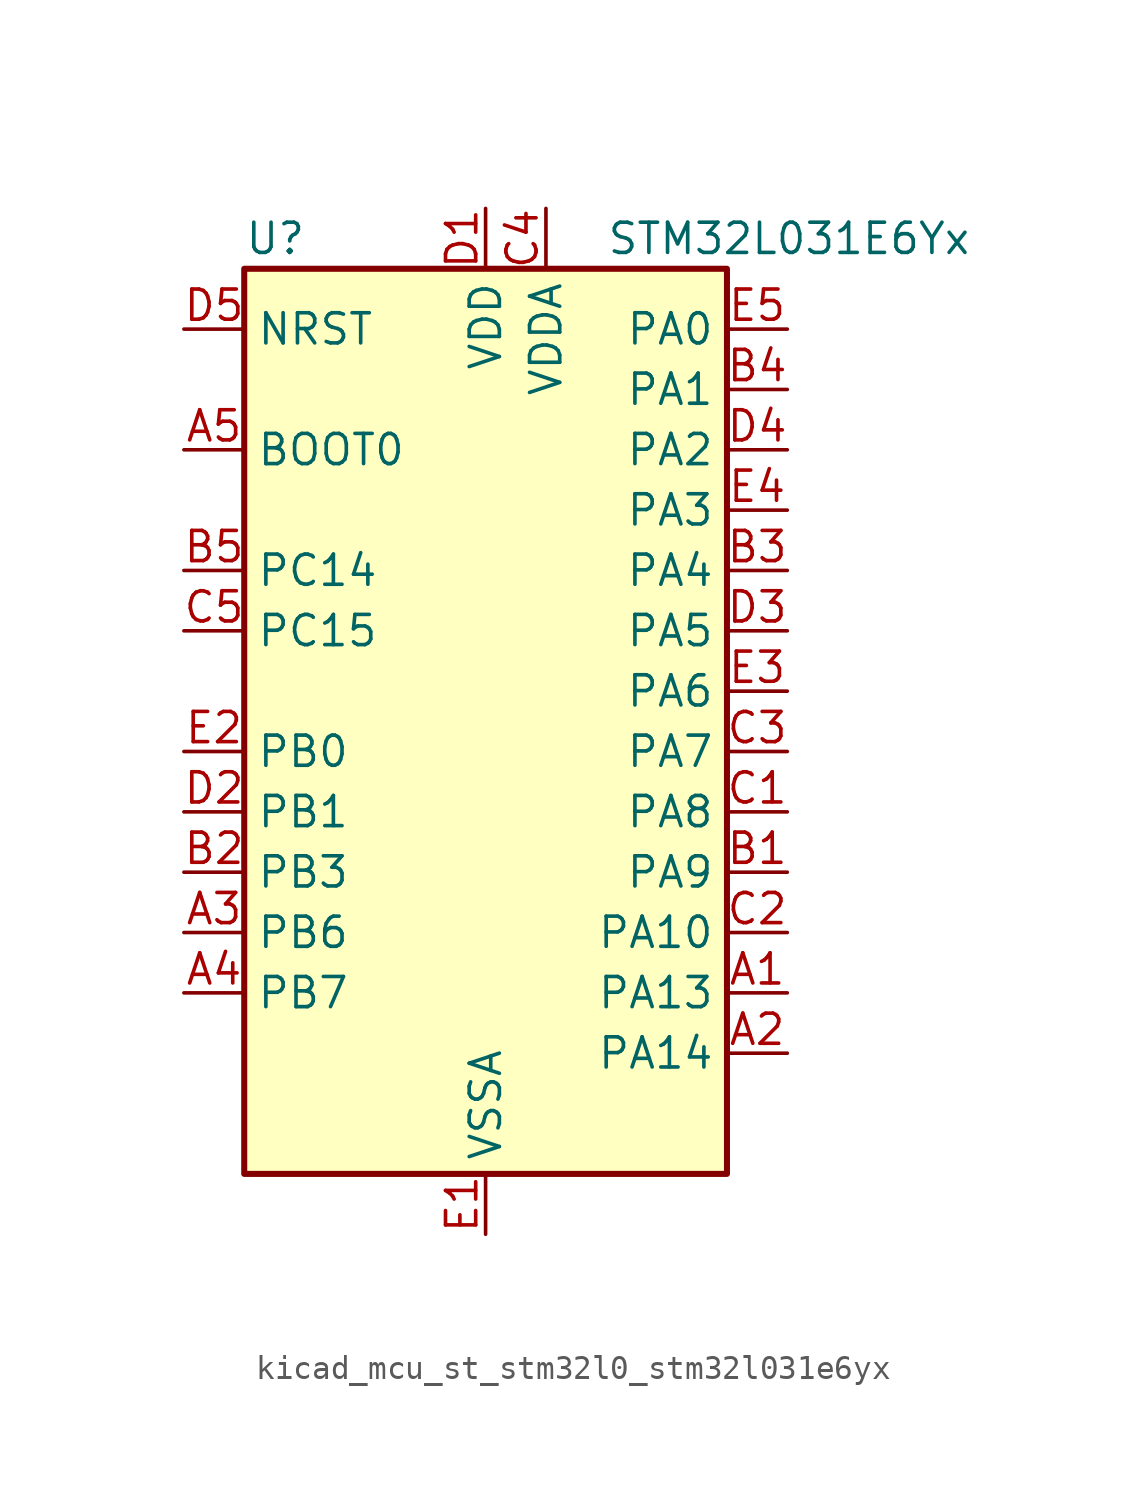
<source format=kicad_sym>
(kicad_symbol_lib
  (version 20220914)
  (generator kicad_symbol_editor)
  (symbol "kicad_mcu_st_stm32l0_stm32l031e6yx"
    (property "Reference" "U"
      (at -10.16 21.59 0)
      (effects (font (size 1.27 1.27)) (justify left)))
    (property "Value" "STM32L031E6Yx"
      (at 5.08 21.59 0)
      (effects (font (size 1.27 1.27)) (justify left)))
    (property "ki_locked" ""
      (at 0 0 0)
      (effects (font (size 1.27 1.27))))
    (symbol "kicad_mcu_st_stm32l0_stm32l031e6yx_0_1"
      (rectangle (start -10.16 -17.78) (end 10.16 20.32) (stroke (width 0.254) (type default)) (fill (type background))))
    (symbol "kicad_mcu_st_stm32l0_stm32l031e6yx_1_1"
      (pin bidirectional line (at 12.7 -10.16 180) (length 2.54) (name "PA13" (effects (font (size 1.27 1.27)))) (number "A1" (effects (font (size 1.27 1.27)))) (alternate "LPTIM1_ETR" bidirectional line) (alternate "LPUART1_RX" bidirectional line) (alternate "SYS_SWDIO" bidirectional line))
      (pin bidirectional line (at 12.7 -12.7 180) (length 2.54) (name "PA14" (effects (font (size 1.27 1.27)))) (number "A2" (effects (font (size 1.27 1.27)))) (alternate "I2C1_SMBA" bidirectional line) (alternate "LPTIM1_OUT" bidirectional line) (alternate "LPUART1_TX" bidirectional line) (alternate "SYS_SWCLK" bidirectional line) (alternate "USART2_TX" bidirectional line))
      (pin bidirectional line (at -12.7 -7.62 0) (length 2.54) (name "PB6" (effects (font (size 1.27 1.27)))) (number "A3" (effects (font (size 1.27 1.27)))) (alternate "COMP2_INP" bidirectional line) (alternate "I2C1_SCL" bidirectional line) (alternate "LPTIM1_ETR" bidirectional line) (alternate "TIM21_CH1" bidirectional line) (alternate "USART2_TX" bidirectional line))
      (pin bidirectional line (at -12.7 -10.16 0) (length 2.54) (name "PB7" (effects (font (size 1.27 1.27)))) (number "A4" (effects (font (size 1.27 1.27)))) (alternate "COMP2_INP" bidirectional line) (alternate "I2C1_SDA" bidirectional line) (alternate "LPTIM1_IN2" bidirectional line) (alternate "SYS_PVD_IN" bidirectional line) (alternate "USART2_RX" bidirectional line))
      (pin input line (at -12.7 12.7 0) (length 2.54) (name "BOOT0" (effects (font (size 1.27 1.27)))) (number "A5" (effects (font (size 1.27 1.27)))))
      (pin bidirectional line (at 12.7 -5.08 180) (length 2.54) (name "PA9" (effects (font (size 1.27 1.27)))) (number "B1" (effects (font (size 1.27 1.27)))) (alternate "I2C1_SCL" bidirectional line) (alternate "RCC_MCO" bidirectional line) (alternate "TIM22_CH1" bidirectional line) (alternate "USART2_TX" bidirectional line))
      (pin bidirectional line (at -12.7 -5.08 0) (length 2.54) (name "PB3" (effects (font (size 1.27 1.27)))) (number "B2" (effects (font (size 1.27 1.27)))) (alternate "COMP2_INM" bidirectional line) (alternate "SPI1_SCK" bidirectional line) (alternate "TIM2_CH2" bidirectional line))
      (pin bidirectional line (at 12.7 7.62 180) (length 2.54) (name "PA4" (effects (font (size 1.27 1.27)))) (number "B3" (effects (font (size 1.27 1.27)))) (alternate "ADC_IN4" bidirectional line) (alternate "COMP1_INM" bidirectional line) (alternate "COMP2_INM" bidirectional line) (alternate "LPTIM1_IN1" bidirectional line) (alternate "SPI1_NSS" bidirectional line) (alternate "TIM22_ETR" bidirectional line) (alternate "USART2_CK" bidirectional line))
      (pin bidirectional line (at 12.7 15.24 180) (length 2.54) (name "PA1" (effects (font (size 1.27 1.27)))) (number "B4" (effects (font (size 1.27 1.27)))) (alternate "ADC_IN1" bidirectional line) (alternate "COMP1_INP" bidirectional line) (alternate "I2C1_SMBA" bidirectional line) (alternate "LPTIM1_IN2" bidirectional line) (alternate "TIM21_ETR" bidirectional line) (alternate "TIM2_CH2" bidirectional line) (alternate "USART2_DE" bidirectional line) (alternate "USART2_RTS" bidirectional line))
      (pin bidirectional line (at -12.7 7.62 0) (length 2.54) (name "PC14" (effects (font (size 1.27 1.27)))) (number "B5" (effects (font (size 1.27 1.27)))) (alternate "RCC_OSC32_IN" bidirectional line))
      (pin bidirectional line (at 12.7 -2.54 180) (length 2.54) (name "PA8" (effects (font (size 1.27 1.27)))) (number "C1" (effects (font (size 1.27 1.27)))) (alternate "LPTIM1_IN1" bidirectional line) (alternate "RCC_MCO" bidirectional line) (alternate "TIM2_CH1" bidirectional line) (alternate "USART2_CK" bidirectional line))
      (pin bidirectional line (at 12.7 -7.62 180) (length 2.54) (name "PA10" (effects (font (size 1.27 1.27)))) (number "C2" (effects (font (size 1.27 1.27)))) (alternate "I2C1_SDA" bidirectional line) (alternate "TIM22_CH2" bidirectional line) (alternate "USART2_RX" bidirectional line))
      (pin bidirectional line (at 12.7 0 180) (length 2.54) (name "PA7" (effects (font (size 1.27 1.27)))) (number "C3" (effects (font (size 1.27 1.27)))) (alternate "ADC_IN7" bidirectional line) (alternate "COMP2_OUT" bidirectional line) (alternate "LPTIM1_OUT" bidirectional line) (alternate "SPI1_MOSI" bidirectional line) (alternate "TIM22_CH2" bidirectional line) (alternate "USART2_CTS" bidirectional line))
      (pin power_in line (at 2.54 22.86 270) (length 2.54) (name "VDDA" (effects (font (size 1.27 1.27)))) (number "C4" (effects (font (size 1.27 1.27)))))
      (pin bidirectional line (at -12.7 5.08 0) (length 2.54) (name "PC15" (effects (font (size 1.27 1.27)))) (number "C5" (effects (font (size 1.27 1.27)))) (alternate "RCC_OSC32_OUT" bidirectional line))
      (pin power_in line (at 0 22.86 270) (length 2.54) (name "VDD" (effects (font (size 1.27 1.27)))) (number "D1" (effects (font (size 1.27 1.27)))))
      (pin bidirectional line (at -12.7 -2.54 0) (length 2.54) (name "PB1" (effects (font (size 1.27 1.27)))) (number "D2" (effects (font (size 1.27 1.27)))) (alternate "ADC_IN9" bidirectional line) (alternate "LPUART1_DE" bidirectional line) (alternate "LPUART1_RTS" bidirectional line) (alternate "SPI1_MOSI" bidirectional line) (alternate "SYS_VREF_OUT_PB1" bidirectional line) (alternate "TIM2_CH4" bidirectional line) (alternate "USART2_CK" bidirectional line))
      (pin bidirectional line (at 12.7 5.08 180) (length 2.54) (name "PA5" (effects (font (size 1.27 1.27)))) (number "D3" (effects (font (size 1.27 1.27)))) (alternate "ADC_IN5" bidirectional line) (alternate "COMP1_INM" bidirectional line) (alternate "COMP2_INM" bidirectional line) (alternate "LPTIM1_IN2" bidirectional line) (alternate "SPI1_SCK" bidirectional line) (alternate "TIM2_CH1" bidirectional line) (alternate "TIM2_ETR" bidirectional line))
      (pin bidirectional line (at 12.7 12.7 180) (length 2.54) (name "PA2" (effects (font (size 1.27 1.27)))) (number "D4" (effects (font (size 1.27 1.27)))) (alternate "ADC_IN2" bidirectional line) (alternate "COMP2_INM" bidirectional line) (alternate "COMP2_OUT" bidirectional line) (alternate "LPUART1_TX" bidirectional line) (alternate "RTC_OUT_ALARM" bidirectional line) (alternate "RTC_OUT_CALIB" bidirectional line) (alternate "RTC_TAMP3" bidirectional line) (alternate "RTC_TS" bidirectional line) (alternate "SYS_WKUP3" bidirectional line) (alternate "TIM21_CH1" bidirectional line) (alternate "TIM2_CH3" bidirectional line) (alternate "USART2_TX" bidirectional line))
      (pin input line (at -12.7 17.78 0) (length 2.54) (name "NRST" (effects (font (size 1.27 1.27)))) (number "D5" (effects (font (size 1.27 1.27)))))
      (pin power_in line (at 0 -20.32 90) (length 2.54) (name "VSSA" (effects (font (size 1.27 1.27)))) (number "E1" (effects (font (size 1.27 1.27)))))
      (pin bidirectional line (at -12.7 0 0) (length 2.54) (name "PB0" (effects (font (size 1.27 1.27)))) (number "E2" (effects (font (size 1.27 1.27)))) (alternate "ADC_IN8" bidirectional line) (alternate "SPI1_MISO" bidirectional line) (alternate "SYS_VREF_OUT_PB0" bidirectional line) (alternate "TIM2_CH3" bidirectional line) (alternate "USART2_DE" bidirectional line) (alternate "USART2_RTS" bidirectional line))
      (pin bidirectional line (at 12.7 2.54 180) (length 2.54) (name "PA6" (effects (font (size 1.27 1.27)))) (number "E3" (effects (font (size 1.27 1.27)))) (alternate "ADC_IN6" bidirectional line) (alternate "COMP1_OUT" bidirectional line) (alternate "LPTIM1_ETR" bidirectional line) (alternate "LPUART1_CTS" bidirectional line) (alternate "SPI1_MISO" bidirectional line) (alternate "TIM22_CH1" bidirectional line))
      (pin bidirectional line (at 12.7 10.16 180) (length 2.54) (name "PA3" (effects (font (size 1.27 1.27)))) (number "E4" (effects (font (size 1.27 1.27)))) (alternate "ADC_IN3" bidirectional line) (alternate "COMP2_INP" bidirectional line) (alternate "LPUART1_RX" bidirectional line) (alternate "TIM21_CH2" bidirectional line) (alternate "TIM2_CH4" bidirectional line) (alternate "USART2_RX" bidirectional line))
      (pin bidirectional line (at 12.7 17.78 180) (length 2.54) (name "PA0" (effects (font (size 1.27 1.27)))) (number "E5" (effects (font (size 1.27 1.27)))) (alternate "ADC_IN0" bidirectional line) (alternate "COMP1_INM" bidirectional line) (alternate "COMP1_OUT" bidirectional line) (alternate "LPTIM1_IN1" bidirectional line) (alternate "RCC_CK_IN" bidirectional line) (alternate "RTC_TAMP2" bidirectional line) (alternate "SYS_WKUP1" bidirectional line) (alternate "TIM2_CH1" bidirectional line) (alternate "TIM2_ETR" bidirectional line) (alternate "USART2_CTS" bidirectional line)))))
</source>
